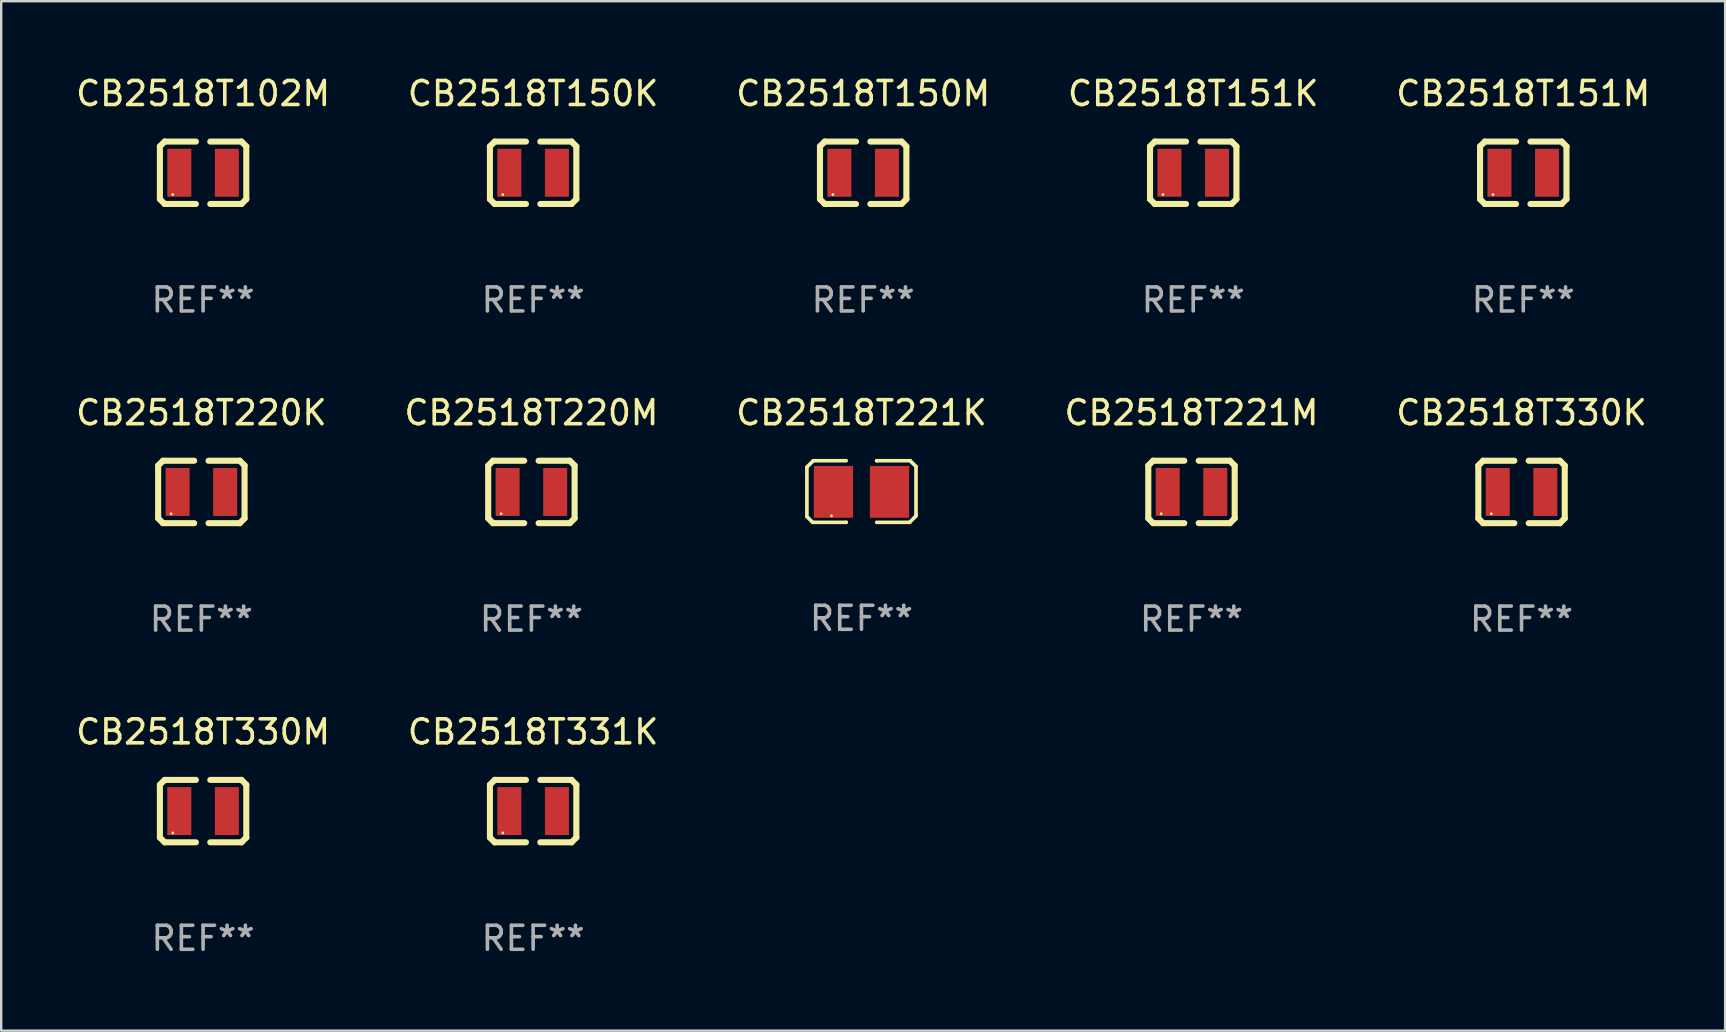
<source format=kicad_pcb>
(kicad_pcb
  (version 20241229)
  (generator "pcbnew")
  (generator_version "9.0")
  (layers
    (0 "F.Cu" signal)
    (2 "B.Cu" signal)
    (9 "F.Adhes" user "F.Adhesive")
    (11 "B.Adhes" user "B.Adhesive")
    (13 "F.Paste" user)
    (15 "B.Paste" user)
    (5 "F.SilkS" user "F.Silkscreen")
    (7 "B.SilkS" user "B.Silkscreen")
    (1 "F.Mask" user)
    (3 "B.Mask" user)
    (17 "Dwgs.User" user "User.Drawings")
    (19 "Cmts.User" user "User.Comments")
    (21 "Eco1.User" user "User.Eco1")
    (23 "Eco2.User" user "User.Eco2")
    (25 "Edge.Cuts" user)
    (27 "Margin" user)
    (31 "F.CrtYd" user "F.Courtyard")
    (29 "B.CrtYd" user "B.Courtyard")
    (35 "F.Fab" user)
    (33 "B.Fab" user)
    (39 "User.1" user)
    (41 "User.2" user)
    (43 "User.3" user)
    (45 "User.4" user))
  (footprint "CB2518T330K"
    (layer "F.Cu")
    (at 60.339 17.445)
    (property "Reference" "CB2518T330K" (at 0 -3.3 0) (layer "F.SilkS") (effects (font (size 1 1) (thickness 0.15))))
    (attr through_hole)
    (fp_line (start -1.8 -1.1) (end -1.8 1.1) (stroke (width 0.254) (type solid)) (layer "F.SilkS"))
    (fp_line (start -1.8 1.1) (end -1.6 1.3) (stroke (width 0.254) (type solid)) (layer "F.SilkS"))
    (fp_line (start -1.6 -1.3) (end -1.8 -1.1) (stroke (width 0.254) (type solid)) (layer "F.SilkS"))
    (fp_line (start -1.6 1.3) (end -0.3 1.3) (stroke (width 0.254) (type solid)) (layer "F.SilkS"))
    (fp_line (start -0.3 -1.3) (end -1.6 -1.3) (stroke (width 0.254) (type solid)) (layer "F.SilkS"))
    (fp_line (start 0.3 1.3) (end 1.6 1.3) (stroke (width 0.254) (type solid)) (layer "F.SilkS"))
    (fp_line (start 1.6 -1.3) (end 0.3 -1.3) (stroke (width 0.254) (type solid)) (layer "F.SilkS"))
    (fp_line (start 1.6 1.3) (end 1.8 1.1) (stroke (width 0.254) (type solid)) (layer "F.SilkS"))
    (fp_line (start 1.8 -1.1) (end 1.6 -1.3) (stroke (width 0.254) (type solid)) (layer "F.SilkS"))
    (fp_line (start 1.8 1.1) (end 1.8 -1.1) (stroke (width 0.254) (type solid)) (layer "F.SilkS"))
    (fp_circle (center -1.262 0.909) (end -1.232 0.909) (stroke (width 0.06) (type solid)) (fill no) (layer "F.SilkS"))
    (fp_text user "REF**" (at 0 5.3 0) (layer "F.Fab") (effects (font (size 1 1) (thickness 0.15))))
    (pad "1" smd rect (at -0.991 -0.00014 90) (size 1.999 1) (layers "F.Cu" "F.Mask" "F.Paste"))
    (pad "2" smd rect (at 0.991 -0.00014 90) (size 1.999 1) (layers "F.Cu" "F.Mask" "F.Paste")))
  (footprint "CB2518T150M"
    (layer "F.Cu")
    (at 32.911 4.148)
    (property "Reference" "CB2518T150M" (at 0 -3.3 0) (layer "F.SilkS") (effects (font (size 1 1) (thickness 0.15))))
    (attr through_hole)
    (fp_line (start -1.8 -1.1) (end -1.8 1.1) (stroke (width 0.254) (type solid)) (layer "F.SilkS"))
    (fp_line (start -1.8 1.1) (end -1.6 1.3) (stroke (width 0.254) (type solid)) (layer "F.SilkS"))
    (fp_line (start -1.6 -1.3) (end -1.8 -1.1) (stroke (width 0.254) (type solid)) (layer "F.SilkS"))
    (fp_line (start -1.6 1.3) (end -0.3 1.3) (stroke (width 0.254) (type solid)) (layer "F.SilkS"))
    (fp_line (start -0.3 -1.3) (end -1.6 -1.3) (stroke (width 0.254) (type solid)) (layer "F.SilkS"))
    (fp_line (start 0.3 1.3) (end 1.6 1.3) (stroke (width 0.254) (type solid)) (layer "F.SilkS"))
    (fp_line (start 1.6 -1.3) (end 0.3 -1.3) (stroke (width 0.254) (type solid)) (layer "F.SilkS"))
    (fp_line (start 1.6 1.3) (end 1.8 1.1) (stroke (width 0.254) (type solid)) (layer "F.SilkS"))
    (fp_line (start 1.8 -1.1) (end 1.6 -1.3) (stroke (width 0.254) (type solid)) (layer "F.SilkS"))
    (fp_line (start 1.8 1.1) (end 1.8 -1.1) (stroke (width 0.254) (type solid)) (layer "F.SilkS"))
    (fp_circle (center -1.262 0.909) (end -1.232 0.909) (stroke (width 0.06) (type solid)) (fill no) (layer "F.SilkS"))
    (fp_text user "REF**" (at 0 5.3 0) (layer "F.Fab") (effects (font (size 1 1) (thickness 0.15))))
    (pad "1" smd rect (at -0.991 -0.00014 90) (size 1.999 1) (layers "F.Cu" "F.Mask" "F.Paste"))
    (pad "2" smd rect (at 0.991 -0.00014 90) (size 1.999 1) (layers "F.Cu" "F.Mask" "F.Paste")))
  (footprint "CB2518T151M"
    (layer "F.Cu")
    (at 60.411 4.148)
    (property "Reference" "CB2518T151M" (at 0 -3.3 0) (layer "F.SilkS") (effects (font (size 1 1) (thickness 0.15))))
    (attr through_hole)
    (fp_line (start -1.8 -1.1) (end -1.8 1.1) (stroke (width 0.254) (type solid)) (layer "F.SilkS"))
    (fp_line (start -1.8 1.1) (end -1.6 1.3) (stroke (width 0.254) (type solid)) (layer "F.SilkS"))
    (fp_line (start -1.6 -1.3) (end -1.8 -1.1) (stroke (width 0.254) (type solid)) (layer "F.SilkS"))
    (fp_line (start -1.6 1.3) (end -0.3 1.3) (stroke (width 0.254) (type solid)) (layer "F.SilkS"))
    (fp_line (start -0.3 -1.3) (end -1.6 -1.3) (stroke (width 0.254) (type solid)) (layer "F.SilkS"))
    (fp_line (start 0.3 1.3) (end 1.6 1.3) (stroke (width 0.254) (type solid)) (layer "F.SilkS"))
    (fp_line (start 1.6 -1.3) (end 0.3 -1.3) (stroke (width 0.254) (type solid)) (layer "F.SilkS"))
    (fp_line (start 1.6 1.3) (end 1.8 1.1) (stroke (width 0.254) (type solid)) (layer "F.SilkS"))
    (fp_line (start 1.8 -1.1) (end 1.6 -1.3) (stroke (width 0.254) (type solid)) (layer "F.SilkS"))
    (fp_line (start 1.8 1.1) (end 1.8 -1.1) (stroke (width 0.254) (type solid)) (layer "F.SilkS"))
    (fp_circle (center -1.262 0.909) (end -1.232 0.909) (stroke (width 0.06) (type solid)) (fill no) (layer "F.SilkS"))
    (fp_text user "REF**" (at 0 5.3 0) (layer "F.Fab") (effects (font (size 1 1) (thickness 0.15))))
    (pad "1" smd rect (at -0.991 -0.00014 90) (size 1.999 1) (layers "F.Cu" "F.Mask" "F.Paste"))
    (pad "2" smd rect (at 0.991 -0.00014 90) (size 1.999 1) (layers "F.Cu" "F.Mask" "F.Paste")))
  (footprint "CB2518T221M"
    (layer "F.Cu")
    (at 46.589 17.445)
    (property "Reference" "CB2518T221M" (at 0 -3.3 0) (layer "F.SilkS") (effects (font (size 1 1) (thickness 0.15))))
    (attr through_hole)
    (fp_line (start -1.8 -1.1) (end -1.8 1.1) (stroke (width 0.254) (type solid)) (layer "F.SilkS"))
    (fp_line (start -1.8 1.1) (end -1.6 1.3) (stroke (width 0.254) (type solid)) (layer "F.SilkS"))
    (fp_line (start -1.6 -1.3) (end -1.8 -1.1) (stroke (width 0.254) (type solid)) (layer "F.SilkS"))
    (fp_line (start -1.6 1.3) (end -0.3 1.3) (stroke (width 0.254) (type solid)) (layer "F.SilkS"))
    (fp_line (start -0.3 -1.3) (end -1.6 -1.3) (stroke (width 0.254) (type solid)) (layer "F.SilkS"))
    (fp_line (start 0.3 1.3) (end 1.6 1.3) (stroke (width 0.254) (type solid)) (layer "F.SilkS"))
    (fp_line (start 1.6 -1.3) (end 0.3 -1.3) (stroke (width 0.254) (type solid)) (layer "F.SilkS"))
    (fp_line (start 1.6 1.3) (end 1.8 1.1) (stroke (width 0.254) (type solid)) (layer "F.SilkS"))
    (fp_line (start 1.8 -1.1) (end 1.6 -1.3) (stroke (width 0.254) (type solid)) (layer "F.SilkS"))
    (fp_line (start 1.8 1.1) (end 1.8 -1.1) (stroke (width 0.254) (type solid)) (layer "F.SilkS"))
    (fp_circle (center -1.262 0.909) (end -1.232 0.909) (stroke (width 0.06) (type solid)) (fill no) (layer "F.SilkS"))
    (fp_text user "REF**" (at 0 5.3 0) (layer "F.Fab") (effects (font (size 1 1) (thickness 0.15))))
    (pad "1" smd rect (at -0.991 -0.00014 90) (size 1.999 1) (layers "F.Cu" "F.Mask" "F.Paste"))
    (pad "2" smd rect (at 0.991 -0.00014 90) (size 1.999 1) (layers "F.Cu" "F.Mask" "F.Paste")))
  (footprint "CB2518T150K"
    (layer "F.Cu")
    (at 19.161 4.148)
    (property "Reference" "CB2518T150K" (at 0 -3.3 0) (layer "F.SilkS") (effects (font (size 1 1) (thickness 0.15))))
    (attr through_hole)
    (fp_line (start -1.8 -1.1) (end -1.8 1.1) (stroke (width 0.254) (type solid)) (layer "F.SilkS"))
    (fp_line (start -1.8 1.1) (end -1.6 1.3) (stroke (width 0.254) (type solid)) (layer "F.SilkS"))
    (fp_line (start -1.6 -1.3) (end -1.8 -1.1) (stroke (width 0.254) (type solid)) (layer "F.SilkS"))
    (fp_line (start -1.6 1.3) (end -0.3 1.3) (stroke (width 0.254) (type solid)) (layer "F.SilkS"))
    (fp_line (start -0.3 -1.3) (end -1.6 -1.3) (stroke (width 0.254) (type solid)) (layer "F.SilkS"))
    (fp_line (start 0.3 1.3) (end 1.6 1.3) (stroke (width 0.254) (type solid)) (layer "F.SilkS"))
    (fp_line (start 1.6 -1.3) (end 0.3 -1.3) (stroke (width 0.254) (type solid)) (layer "F.SilkS"))
    (fp_line (start 1.6 1.3) (end 1.8 1.1) (stroke (width 0.254) (type solid)) (layer "F.SilkS"))
    (fp_line (start 1.8 -1.1) (end 1.6 -1.3) (stroke (width 0.254) (type solid)) (layer "F.SilkS"))
    (fp_line (start 1.8 1.1) (end 1.8 -1.1) (stroke (width 0.254) (type solid)) (layer "F.SilkS"))
    (fp_circle (center -1.262 0.909) (end -1.232 0.909) (stroke (width 0.06) (type solid)) (fill no) (layer "F.SilkS"))
    (fp_text user "REF**" (at 0 5.3 0) (layer "F.Fab") (effects (font (size 1 1) (thickness 0.15))))
    (pad "1" smd rect (at -0.991 -0.00014 90) (size 1.999 1) (layers "F.Cu" "F.Mask" "F.Paste"))
    (pad "2" smd rect (at 0.991 -0.00014 90) (size 1.999 1) (layers "F.Cu" "F.Mask" "F.Paste")))
  (footprint "CB2518T220M"
    (layer "F.Cu")
    (at 19.089 17.445)
    (property "Reference" "CB2518T220M" (at 0 -3.3 0) (layer "F.SilkS") (effects (font (size 1 1) (thickness 0.15))))
    (attr through_hole)
    (fp_line (start -1.8 -1.1) (end -1.8 1.1) (stroke (width 0.254) (type solid)) (layer "F.SilkS"))
    (fp_line (start -1.8 1.1) (end -1.6 1.3) (stroke (width 0.254) (type solid)) (layer "F.SilkS"))
    (fp_line (start -1.6 -1.3) (end -1.8 -1.1) (stroke (width 0.254) (type solid)) (layer "F.SilkS"))
    (fp_line (start -1.6 1.3) (end -0.3 1.3) (stroke (width 0.254) (type solid)) (layer "F.SilkS"))
    (fp_line (start -0.3 -1.3) (end -1.6 -1.3) (stroke (width 0.254) (type solid)) (layer "F.SilkS"))
    (fp_line (start 0.3 1.3) (end 1.6 1.3) (stroke (width 0.254) (type solid)) (layer "F.SilkS"))
    (fp_line (start 1.6 -1.3) (end 0.3 -1.3) (stroke (width 0.254) (type solid)) (layer "F.SilkS"))
    (fp_line (start 1.6 1.3) (end 1.8 1.1) (stroke (width 0.254) (type solid)) (layer "F.SilkS"))
    (fp_line (start 1.8 -1.1) (end 1.6 -1.3) (stroke (width 0.254) (type solid)) (layer "F.SilkS"))
    (fp_line (start 1.8 1.1) (end 1.8 -1.1) (stroke (width 0.254) (type solid)) (layer "F.SilkS"))
    (fp_circle (center -1.262 0.909) (end -1.232 0.909) (stroke (width 0.06) (type solid)) (fill no) (layer "F.SilkS"))
    (fp_text user "REF**" (at 0 5.3 0) (layer "F.Fab") (effects (font (size 1 1) (thickness 0.15))))
    (pad "1" smd rect (at -0.991 -0.00014 90) (size 1.999 1) (layers "F.Cu" "F.Mask" "F.Paste"))
    (pad "2" smd rect (at 0.991 -0.00014 90) (size 1.999 1) (layers "F.Cu" "F.Mask" "F.Paste")))
  (footprint "CB2518T151K"
    (layer "F.Cu")
    (at 46.661 4.148)
    (property "Reference" "CB2518T151K" (at 0 -3.3 0) (layer "F.SilkS") (effects (font (size 1 1) (thickness 0.15))))
    (attr through_hole)
    (fp_line (start -1.8 -1.1) (end -1.8 1.1) (stroke (width 0.254) (type solid)) (layer "F.SilkS"))
    (fp_line (start -1.8 1.1) (end -1.6 1.3) (stroke (width 0.254) (type solid)) (layer "F.SilkS"))
    (fp_line (start -1.6 -1.3) (end -1.8 -1.1) (stroke (width 0.254) (type solid)) (layer "F.SilkS"))
    (fp_line (start -1.6 1.3) (end -0.3 1.3) (stroke (width 0.254) (type solid)) (layer "F.SilkS"))
    (fp_line (start -0.3 -1.3) (end -1.6 -1.3) (stroke (width 0.254) (type solid)) (layer "F.SilkS"))
    (fp_line (start 0.3 1.3) (end 1.6 1.3) (stroke (width 0.254) (type solid)) (layer "F.SilkS"))
    (fp_line (start 1.6 -1.3) (end 0.3 -1.3) (stroke (width 0.254) (type solid)) (layer "F.SilkS"))
    (fp_line (start 1.6 1.3) (end 1.8 1.1) (stroke (width 0.254) (type solid)) (layer "F.SilkS"))
    (fp_line (start 1.8 -1.1) (end 1.6 -1.3) (stroke (width 0.254) (type solid)) (layer "F.SilkS"))
    (fp_line (start 1.8 1.1) (end 1.8 -1.1) (stroke (width 0.254) (type solid)) (layer "F.SilkS"))
    (fp_circle (center -1.262 0.909) (end -1.232 0.909) (stroke (width 0.06) (type solid)) (fill no) (layer "F.SilkS"))
    (fp_text user "REF**" (at 0 5.3 0) (layer "F.Fab") (effects (font (size 1 1) (thickness 0.15))))
    (pad "1" smd rect (at -0.991 -0.00014 90) (size 1.999 1) (layers "F.Cu" "F.Mask" "F.Paste"))
    (pad "2" smd rect (at 0.991 -0.00014 90) (size 1.999 1) (layers "F.Cu" "F.Mask" "F.Paste")))
  (footprint "CB2518T220K"
    (layer "F.Cu")
    (at 5.339 17.445)
    (property "Reference" "CB2518T220K" (at 0 -3.3 0) (layer "F.SilkS") (effects (font (size 1 1) (thickness 0.15))))
    (attr through_hole)
    (fp_line (start -1.8 -1.1) (end -1.8 1.1) (stroke (width 0.254) (type solid)) (layer "F.SilkS"))
    (fp_line (start -1.8 1.1) (end -1.6 1.3) (stroke (width 0.254) (type solid)) (layer "F.SilkS"))
    (fp_line (start -1.6 -1.3) (end -1.8 -1.1) (stroke (width 0.254) (type solid)) (layer "F.SilkS"))
    (fp_line (start -1.6 1.3) (end -0.3 1.3) (stroke (width 0.254) (type solid)) (layer "F.SilkS"))
    (fp_line (start -0.3 -1.3) (end -1.6 -1.3) (stroke (width 0.254) (type solid)) (layer "F.SilkS"))
    (fp_line (start 0.3 1.3) (end 1.6 1.3) (stroke (width 0.254) (type solid)) (layer "F.SilkS"))
    (fp_line (start 1.6 -1.3) (end 0.3 -1.3) (stroke (width 0.254) (type solid)) (layer "F.SilkS"))
    (fp_line (start 1.6 1.3) (end 1.8 1.1) (stroke (width 0.254) (type solid)) (layer "F.SilkS"))
    (fp_line (start 1.8 -1.1) (end 1.6 -1.3) (stroke (width 0.254) (type solid)) (layer "F.SilkS"))
    (fp_line (start 1.8 1.1) (end 1.8 -1.1) (stroke (width 0.254) (type solid)) (layer "F.SilkS"))
    (fp_circle (center -1.262 0.909) (end -1.232 0.909) (stroke (width 0.06) (type solid)) (fill no) (layer "F.SilkS"))
    (fp_text user "REF**" (at 0 5.3 0) (layer "F.Fab") (effects (font (size 1 1) (thickness 0.15))))
    (pad "1" smd rect (at -0.991 -0.00014 90) (size 1.999 1) (layers "F.Cu" "F.Mask" "F.Paste"))
    (pad "2" smd rect (at 0.991 -0.00014 90) (size 1.999 1) (layers "F.Cu" "F.Mask" "F.Paste")))
  (footprint "CB2518T221K"
    (layer "F.Cu")
    (at 32.839 17.428)
    (property "Reference" "CB2518T221K" (at 0 -3.283 0) (layer "F.SilkS") (effects (font (size 1 1) (thickness 0.15))))
    (attr through_hole)
    (fp_line (start -2.273 -1.016) (end -2.007 -1.283) (stroke (width 0.152) (type solid)) (layer "F.SilkS"))
    (fp_line (start -2.273 1.041) (end -2.273 -1.016) (stroke (width 0.152) (type solid)) (layer "F.SilkS"))
    (fp_line (start -2.032 1.283) (end -2.273 1.041) (stroke (width 0.152) (type solid)) (layer "F.SilkS"))
    (fp_line (start -2.007 -1.283) (end -0.635 -1.283) (stroke (width 0.152) (type solid)) (layer "F.SilkS"))
    (fp_line (start -0.635 1.283) (end -2.032 1.283) (stroke (width 0.152) (type solid)) (layer "F.SilkS"))
    (fp_line (start -0.635 1.283) (end -0.635 1.283) (stroke (width 0.152) (type solid)) (layer "F.SilkS"))
    (fp_line (start 0.635 -1.283) (end 0.635 -1.283) (stroke (width 0.152) (type solid)) (layer "F.SilkS"))
    (fp_line (start 0.635 -1.283) (end 2.032 -1.283) (stroke (width 0.152) (type solid)) (layer "F.SilkS"))
    (fp_line (start 2.007 1.283) (end 0.635 1.283) (stroke (width 0.152) (type solid)) (layer "F.SilkS"))
    (fp_line (start 2.032 -1.283) (end 2.273 -1.041) (stroke (width 0.152) (type solid)) (layer "F.SilkS"))
    (fp_line (start 2.273 -1.041) (end 2.273 1.016) (stroke (width 0.152) (type solid)) (layer "F.SilkS"))
    (fp_line (start 2.273 1.016) (end 2.007 1.283) (stroke (width 0.152) (type solid)) (layer "F.SilkS"))
    (fp_circle (center -1.25 1.013) (end -1.22 1.013) (stroke (width 0.06) (type solid)) (fill no) (layer "F.SilkS"))
    (fp_text user "REF**" (at 0 5.283 0) (layer "F.Fab") (effects (font (size 1 1) (thickness 0.15))))
    (pad "1" smd rect (at -1.167 0.013) (size 1.635 2.16) (layers "F.Cu" "F.Mask" "F.Paste"))
    (pad "2" smd rect (at 1.168 0.013) (size 1.635 2.16) (layers "F.Cu" "F.Mask" "F.Paste")))
  (footprint "CB2518T102M"
    (layer "F.Cu")
    (at 5.411 4.148)
    (property "Reference" "CB2518T102M" (at 0 -3.3 0) (layer "F.SilkS") (effects (font (size 1 1) (thickness 0.15))))
    (attr through_hole)
    (fp_line (start -1.8 -1.1) (end -1.8 1.1) (stroke (width 0.254) (type solid)) (layer "F.SilkS"))
    (fp_line (start -1.8 1.1) (end -1.6 1.3) (stroke (width 0.254) (type solid)) (layer "F.SilkS"))
    (fp_line (start -1.6 -1.3) (end -1.8 -1.1) (stroke (width 0.254) (type solid)) (layer "F.SilkS"))
    (fp_line (start -1.6 1.3) (end -0.3 1.3) (stroke (width 0.254) (type solid)) (layer "F.SilkS"))
    (fp_line (start -0.3 -1.3) (end -1.6 -1.3) (stroke (width 0.254) (type solid)) (layer "F.SilkS"))
    (fp_line (start 0.3 1.3) (end 1.6 1.3) (stroke (width 0.254) (type solid)) (layer "F.SilkS"))
    (fp_line (start 1.6 -1.3) (end 0.3 -1.3) (stroke (width 0.254) (type solid)) (layer "F.SilkS"))
    (fp_line (start 1.6 1.3) (end 1.8 1.1) (stroke (width 0.254) (type solid)) (layer "F.SilkS"))
    (fp_line (start 1.8 -1.1) (end 1.6 -1.3) (stroke (width 0.254) (type solid)) (layer "F.SilkS"))
    (fp_line (start 1.8 1.1) (end 1.8 -1.1) (stroke (width 0.254) (type solid)) (layer "F.SilkS"))
    (fp_circle (center -1.262 0.909) (end -1.232 0.909) (stroke (width 0.06) (type solid)) (fill no) (layer "F.SilkS"))
    (fp_text user "REF**" (at 0 5.3 0) (layer "F.Fab") (effects (font (size 1 1) (thickness 0.15))))
    (pad "1" smd rect (at -0.991 -0.00014 90) (size 1.999 1) (layers "F.Cu" "F.Mask" "F.Paste"))
    (pad "2" smd rect (at 0.991 -0.00014 90) (size 1.999 1) (layers "F.Cu" "F.Mask" "F.Paste")))
  (footprint "CB2518T330M"
    (layer "F.Cu")
    (at 5.411 30.742)
    (property "Reference" "CB2518T330M" (at 0 -3.3 0) (layer "F.SilkS") (effects (font (size 1 1) (thickness 0.15))))
    (attr through_hole)
    (fp_line (start -1.8 -1.1) (end -1.8 1.1) (stroke (width 0.254) (type solid)) (layer "F.SilkS"))
    (fp_line (start -1.8 1.1) (end -1.6 1.3) (stroke (width 0.254) (type solid)) (layer "F.SilkS"))
    (fp_line (start -1.6 -1.3) (end -1.8 -1.1) (stroke (width 0.254) (type solid)) (layer "F.SilkS"))
    (fp_line (start -1.6 1.3) (end -0.3 1.3) (stroke (width 0.254) (type solid)) (layer "F.SilkS"))
    (fp_line (start -0.3 -1.3) (end -1.6 -1.3) (stroke (width 0.254) (type solid)) (layer "F.SilkS"))
    (fp_line (start 0.3 1.3) (end 1.6 1.3) (stroke (width 0.254) (type solid)) (layer "F.SilkS"))
    (fp_line (start 1.6 -1.3) (end 0.3 -1.3) (stroke (width 0.254) (type solid)) (layer "F.SilkS"))
    (fp_line (start 1.6 1.3) (end 1.8 1.1) (stroke (width 0.254) (type solid)) (layer "F.SilkS"))
    (fp_line (start 1.8 -1.1) (end 1.6 -1.3) (stroke (width 0.254) (type solid)) (layer "F.SilkS"))
    (fp_line (start 1.8 1.1) (end 1.8 -1.1) (stroke (width 0.254) (type solid)) (layer "F.SilkS"))
    (fp_circle (center -1.262 0.909) (end -1.232 0.909) (stroke (width 0.06) (type solid)) (fill no) (layer "F.SilkS"))
    (fp_text user "REF**" (at 0 5.3 0) (layer "F.Fab") (effects (font (size 1 1) (thickness 0.15))))
    (pad "1" smd rect (at -0.991 -0.00014 90) (size 1.999 1) (layers "F.Cu" "F.Mask" "F.Paste"))
    (pad "2" smd rect (at 0.991 -0.00014 90) (size 1.999 1) (layers "F.Cu" "F.Mask" "F.Paste")))
  (footprint "CB2518T331K"
    (layer "F.Cu")
    (at 19.161 30.742)
    (property "Reference" "CB2518T331K" (at 0 -3.3 0) (layer "F.SilkS") (effects (font (size 1 1) (thickness 0.15))))
    (attr through_hole)
    (fp_line (start -1.8 -1.1) (end -1.8 1.1) (stroke (width 0.254) (type solid)) (layer "F.SilkS"))
    (fp_line (start -1.8 1.1) (end -1.6 1.3) (stroke (width 0.254) (type solid)) (layer "F.SilkS"))
    (fp_line (start -1.6 -1.3) (end -1.8 -1.1) (stroke (width 0.254) (type solid)) (layer "F.SilkS"))
    (fp_line (start -1.6 1.3) (end -0.3 1.3) (stroke (width 0.254) (type solid)) (layer "F.SilkS"))
    (fp_line (start -0.3 -1.3) (end -1.6 -1.3) (stroke (width 0.254) (type solid)) (layer "F.SilkS"))
    (fp_line (start 0.3 1.3) (end 1.6 1.3) (stroke (width 0.254) (type solid)) (layer "F.SilkS"))
    (fp_line (start 1.6 -1.3) (end 0.3 -1.3) (stroke (width 0.254) (type solid)) (layer "F.SilkS"))
    (fp_line (start 1.6 1.3) (end 1.8 1.1) (stroke (width 0.254) (type solid)) (layer "F.SilkS"))
    (fp_line (start 1.8 -1.1) (end 1.6 -1.3) (stroke (width 0.254) (type solid)) (layer "F.SilkS"))
    (fp_line (start 1.8 1.1) (end 1.8 -1.1) (stroke (width 0.254) (type solid)) (layer "F.SilkS"))
    (fp_circle (center -1.262 0.909) (end -1.232 0.909) (stroke (width 0.06) (type solid)) (fill no) (layer "F.SilkS"))
    (fp_text user "REF**" (at 0 5.3 0) (layer "F.Fab") (effects (font (size 1 1) (thickness 0.15))))
    (pad "1" smd rect (at -0.991 -0.00014 90) (size 1.999 1) (layers "F.Cu" "F.Mask" "F.Paste"))
    (pad "2" smd rect (at 0.991 -0.00014 90) (size 1.999 1) (layers "F.Cu" "F.Mask" "F.Paste")))
  (gr_rect
    (start -3 -3)
    (end 68.821 39.89)
    (stroke (width 0.1) (type default))
    (fill no)
    (layer "Edge.Cuts")))
</source>
